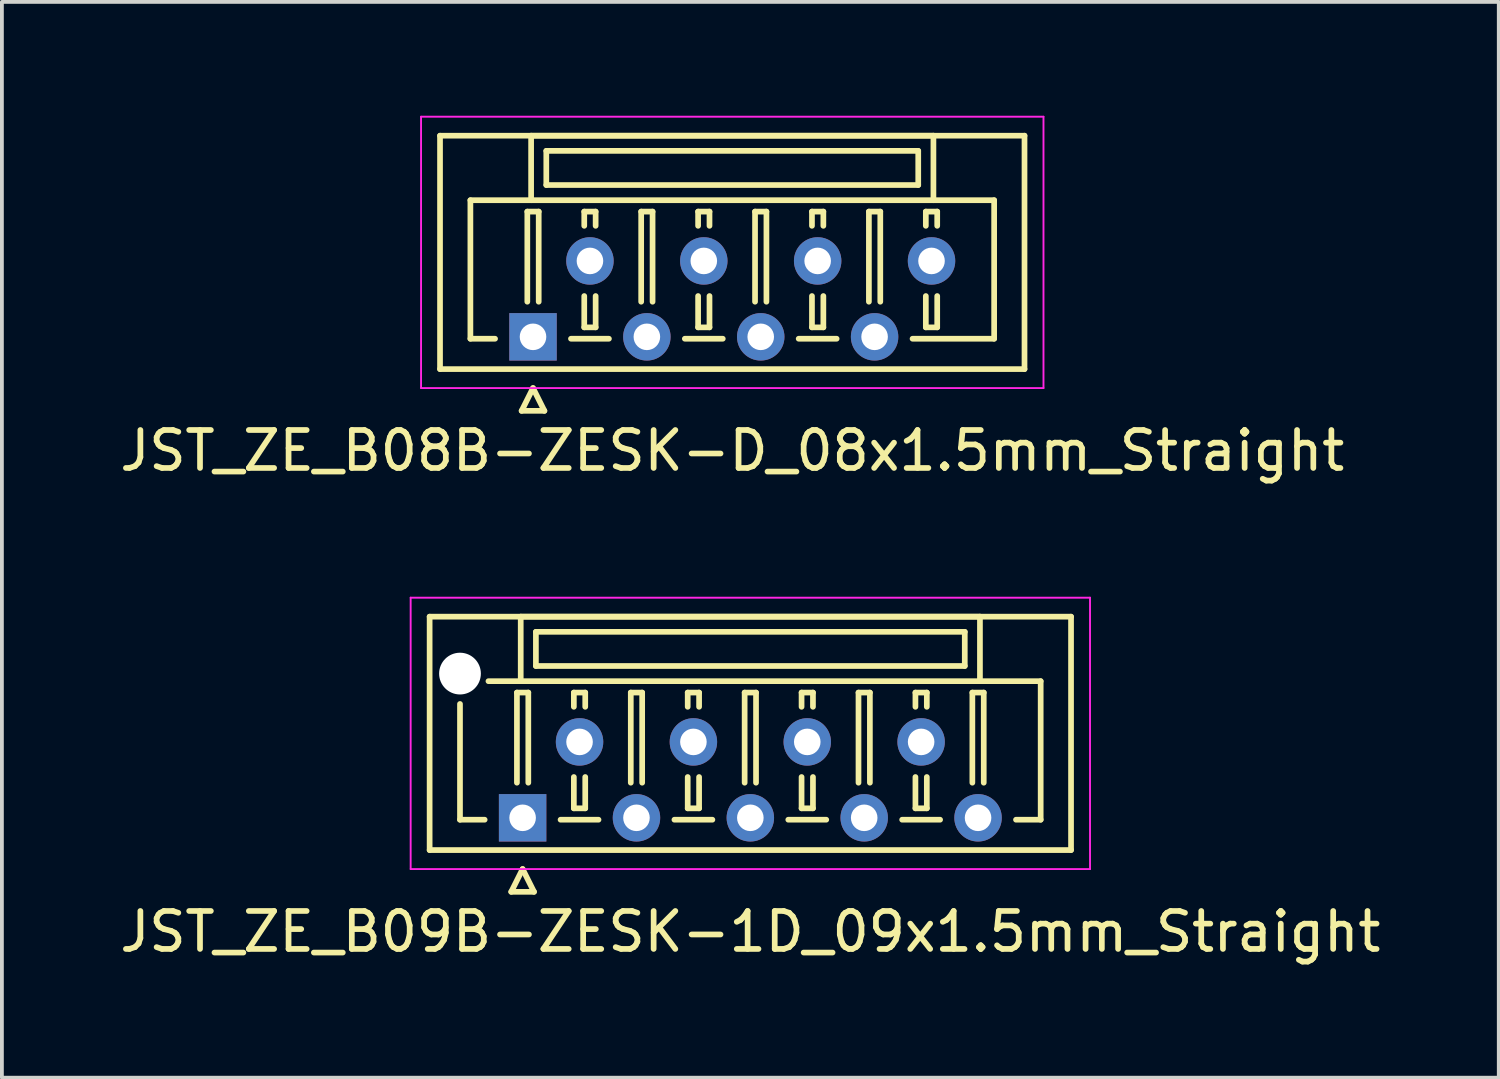
<source format=kicad_pcb>
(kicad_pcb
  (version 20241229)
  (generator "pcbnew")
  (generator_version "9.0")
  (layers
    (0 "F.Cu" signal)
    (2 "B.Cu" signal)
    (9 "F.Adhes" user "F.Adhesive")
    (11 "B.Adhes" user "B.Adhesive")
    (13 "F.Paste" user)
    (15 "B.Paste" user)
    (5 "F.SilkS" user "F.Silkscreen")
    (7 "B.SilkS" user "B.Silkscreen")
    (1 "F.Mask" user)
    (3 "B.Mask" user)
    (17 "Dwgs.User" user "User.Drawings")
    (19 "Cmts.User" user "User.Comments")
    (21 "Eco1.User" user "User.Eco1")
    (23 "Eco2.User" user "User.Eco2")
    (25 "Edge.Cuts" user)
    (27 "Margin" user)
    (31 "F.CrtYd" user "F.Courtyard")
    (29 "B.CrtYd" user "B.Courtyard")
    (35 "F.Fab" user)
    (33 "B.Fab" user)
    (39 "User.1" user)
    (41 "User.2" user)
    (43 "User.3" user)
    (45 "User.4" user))
  (footprint "JST_ZE_B09B-ZESK-1D_09x1.5mm_Straight"
    (layer "F.Cu")
    (at 10.72 18.498)
    (property "Reference" "JST_ZE_B09B-ZESK-1D_09x1.5mm_Straight" (at 6 3 0) (layer "F.SilkS") (effects (font (size 1 1) (thickness 0.15))))
    (attr through_hole)
    (fp_line (start -2.45 -5.3) (end -2.45 0.85) (stroke (width 0.15) (type solid)) (layer "F.SilkS"))
    (fp_line (start -2.45 0.85) (end 14.45 0.85) (stroke (width 0.15) (type solid)) (layer "F.SilkS"))
    (fp_line (start -1.65 -3) (end -1.65 0.05) (stroke (width 0.15) (type solid)) (layer "F.SilkS"))
    (fp_line (start -1.65 0.05) (end -1 0.05) (stroke (width 0.15) (type solid)) (layer "F.SilkS"))
    (fp_line (start -0.3 1.95) (end 0 1.35) (stroke (width 0.15) (type solid)) (layer "F.SilkS"))
    (fp_line (start -0.15 -3.3) (end 0.15 -3.3) (stroke (width 0.15) (type solid)) (layer "F.SilkS"))
    (fp_line (start -0.15 -0.925) (end -0.15 -3.3) (stroke (width 0.15) (type solid)) (layer "F.SilkS"))
    (fp_line (start -0.05 -5.3) (end -0.05 -3.6) (stroke (width 0.15) (type solid)) (layer "F.SilkS"))
    (fp_line (start -0.05 -3.6) (end -0.9 -3.6) (stroke (width 0.15) (type solid)) (layer "F.SilkS"))
    (fp_line (start -0.05 -3.6) (end 12.05 -3.6) (stroke (width 0.15) (type solid)) (layer "F.SilkS"))
    (fp_line (start 0 1.35) (end 0.3 1.95) (stroke (width 0.15) (type solid)) (layer "F.SilkS"))
    (fp_line (start 0.15 -3.3) (end 0.15 -0.925) (stroke (width 0.15) (type solid)) (layer "F.SilkS"))
    (fp_line (start 0.3 1.95) (end -0.3 1.95) (stroke (width 0.15) (type solid)) (layer "F.SilkS"))
    (fp_line (start 0.35 -4.9) (end 0.35 -4) (stroke (width 0.15) (type solid)) (layer "F.SilkS"))
    (fp_line (start 0.35 -4) (end 11.65 -4) (stroke (width 0.15) (type solid)) (layer "F.SilkS"))
    (fp_line (start 1 0.05) (end 2 0.05) (stroke (width 0.15) (type solid)) (layer "F.SilkS"))
    (fp_line (start 1.35 -3.3) (end 1.65 -3.3) (stroke (width 0.15) (type solid)) (layer "F.SilkS"))
    (fp_line (start 1.35 -2.925) (end 1.35 -3.3) (stroke (width 0.15) (type solid)) (layer "F.SilkS"))
    (fp_line (start 1.35 -1.075) (end 1.35 -0.25) (stroke (width 0.15) (type solid)) (layer "F.SilkS"))
    (fp_line (start 1.35 -0.25) (end 1.65 -0.25) (stroke (width 0.15) (type solid)) (layer "F.SilkS"))
    (fp_line (start 1.65 -3.3) (end 1.65 -2.925) (stroke (width 0.15) (type solid)) (layer "F.SilkS"))
    (fp_line (start 1.65 -0.25) (end 1.65 -1.075) (stroke (width 0.15) (type solid)) (layer "F.SilkS"))
    (fp_line (start 2.85 -3.3) (end 3.15 -3.3) (stroke (width 0.15) (type solid)) (layer "F.SilkS"))
    (fp_line (start 2.85 -0.925) (end 2.85 -3.3) (stroke (width 0.15) (type solid)) (layer "F.SilkS"))
    (fp_line (start 3.15 -3.3) (end 3.15 -0.925) (stroke (width 0.15) (type solid)) (layer "F.SilkS"))
    (fp_line (start 4 0.05) (end 5 0.05) (stroke (width 0.15) (type solid)) (layer "F.SilkS"))
    (fp_line (start 4.35 -3.3) (end 4.65 -3.3) (stroke (width 0.15) (type solid)) (layer "F.SilkS"))
    (fp_line (start 4.35 -2.925) (end 4.35 -3.3) (stroke (width 0.15) (type solid)) (layer "F.SilkS"))
    (fp_line (start 4.35 -1.075) (end 4.35 -0.25) (stroke (width 0.15) (type solid)) (layer "F.SilkS"))
    (fp_line (start 4.35 -0.25) (end 4.65 -0.25) (stroke (width 0.15) (type solid)) (layer "F.SilkS"))
    (fp_line (start 4.65 -3.3) (end 4.65 -2.925) (stroke (width 0.15) (type solid)) (layer "F.SilkS"))
    (fp_line (start 4.65 -0.25) (end 4.65 -1.075) (stroke (width 0.15) (type solid)) (layer "F.SilkS"))
    (fp_line (start 5.85 -3.3) (end 6.15 -3.3) (stroke (width 0.15) (type solid)) (layer "F.SilkS"))
    (fp_line (start 5.85 -0.925) (end 5.85 -3.3) (stroke (width 0.15) (type solid)) (layer "F.SilkS"))
    (fp_line (start 6.15 -3.3) (end 6.15 -0.925) (stroke (width 0.15) (type solid)) (layer "F.SilkS"))
    (fp_line (start 7 0.05) (end 8 0.05) (stroke (width 0.15) (type solid)) (layer "F.SilkS"))
    (fp_line (start 7.35 -3.3) (end 7.65 -3.3) (stroke (width 0.15) (type solid)) (layer "F.SilkS"))
    (fp_line (start 7.35 -2.925) (end 7.35 -3.3) (stroke (width 0.15) (type solid)) (layer "F.SilkS"))
    (fp_line (start 7.35 -1.075) (end 7.35 -0.25) (stroke (width 0.15) (type solid)) (layer "F.SilkS"))
    (fp_line (start 7.35 -0.25) (end 7.65 -0.25) (stroke (width 0.15) (type solid)) (layer "F.SilkS"))
    (fp_line (start 7.65 -3.3) (end 7.65 -2.925) (stroke (width 0.15) (type solid)) (layer "F.SilkS"))
    (fp_line (start 7.65 -0.25) (end 7.65 -1.075) (stroke (width 0.15) (type solid)) (layer "F.SilkS"))
    (fp_line (start 8.85 -3.3) (end 9.15 -3.3) (stroke (width 0.15) (type solid)) (layer "F.SilkS"))
    (fp_line (start 8.85 -0.925) (end 8.85 -3.3) (stroke (width 0.15) (type solid)) (layer "F.SilkS"))
    (fp_line (start 9.15 -3.3) (end 9.15 -0.925) (stroke (width 0.15) (type solid)) (layer "F.SilkS"))
    (fp_line (start 10 0.05) (end 11 0.05) (stroke (width 0.15) (type solid)) (layer "F.SilkS"))
    (fp_line (start 10.35 -3.3) (end 10.65 -3.3) (stroke (width 0.15) (type solid)) (layer "F.SilkS"))
    (fp_line (start 10.35 -2.925) (end 10.35 -3.3) (stroke (width 0.15) (type solid)) (layer "F.SilkS"))
    (fp_line (start 10.35 -1.075) (end 10.35 -0.25) (stroke (width 0.15) (type solid)) (layer "F.SilkS"))
    (fp_line (start 10.35 -0.25) (end 10.65 -0.25) (stroke (width 0.15) (type solid)) (layer "F.SilkS"))
    (fp_line (start 10.65 -3.3) (end 10.65 -2.925) (stroke (width 0.15) (type solid)) (layer "F.SilkS"))
    (fp_line (start 10.65 -0.25) (end 10.65 -1.075) (stroke (width 0.15) (type solid)) (layer "F.SilkS"))
    (fp_line (start 11.65 -4.9) (end 0.35 -4.9) (stroke (width 0.15) (type solid)) (layer "F.SilkS"))
    (fp_line (start 11.65 -4) (end 11.65 -4.9) (stroke (width 0.15) (type solid)) (layer "F.SilkS"))
    (fp_line (start 11.85 -3.3) (end 12.15 -3.3) (stroke (width 0.15) (type solid)) (layer "F.SilkS"))
    (fp_line (start 11.85 -0.925) (end 11.85 -3.3) (stroke (width 0.15) (type solid)) (layer "F.SilkS"))
    (fp_line (start 12.05 -5.3) (end -0.05 -5.3) (stroke (width 0.15) (type solid)) (layer "F.SilkS"))
    (fp_line (start 12.05 -3.6) (end 12.05 -5.3) (stroke (width 0.15) (type solid)) (layer "F.SilkS"))
    (fp_line (start 12.05 -3.6) (end 13.65 -3.6) (stroke (width 0.15) (type solid)) (layer "F.SilkS"))
    (fp_line (start 12.15 -3.3) (end 12.15 -0.925) (stroke (width 0.15) (type solid)) (layer "F.SilkS"))
    (fp_line (start 13.65 -3.6) (end 13.65 0.05) (stroke (width 0.15) (type solid)) (layer "F.SilkS"))
    (fp_line (start 13.65 0.05) (end 13 0.05) (stroke (width 0.15) (type solid)) (layer "F.SilkS"))
    (fp_line (start 14.45 -5.3) (end -2.45 -5.3) (stroke (width 0.15) (type solid)) (layer "F.SilkS"))
    (fp_line (start 14.45 0.85) (end 14.45 -5.3) (stroke (width 0.15) (type solid)) (layer "F.SilkS"))
    (fp_line (start -2.95 -5.8) (end -2.95 1.35) (stroke (width 0.05) (type solid)) (layer "F.CrtYd"))
    (fp_line (start -2.95 1.35) (end 14.95 1.35) (stroke (width 0.05) (type solid)) (layer "F.CrtYd"))
    (fp_line (start 14.95 -5.8) (end -2.95 -5.8) (stroke (width 0.05) (type solid)) (layer "F.CrtYd"))
    (fp_line (start 14.95 1.35) (end 14.95 -5.8) (stroke (width 0.05) (type solid)) (layer "F.CrtYd"))
    (pad "" np_thru_hole circle (at -1.65 -3.8) (size 1.1 1.1) (drill 1.1) (layers "*.Cu"))
    (pad "1" thru_hole rect (at 0 0) (size 1.25 1.25) (drill 0.7) (layers "*.Cu" "*.Mask"))
    (pad "2" thru_hole circle (at 1.5 -2) (size 1.25 1.25) (drill 0.7) (layers "*.Cu" "*.Mask"))
    (pad "3" thru_hole circle (at 3 0) (size 1.25 1.25) (drill 0.7) (layers "*.Cu" "*.Mask"))
    (pad "4" thru_hole circle (at 4.5 -2) (size 1.25 1.25) (drill 0.7) (layers "*.Cu" "*.Mask"))
    (pad "5" thru_hole circle (at 6 0) (size 1.25 1.25) (drill 0.7) (layers "*.Cu" "*.Mask"))
    (pad "6" thru_hole circle (at 7.5 -2) (size 1.25 1.25) (drill 0.7) (layers "*.Cu" "*.Mask"))
    (pad "7" thru_hole circle (at 9 0) (size 1.25 1.25) (drill 0.7) (layers "*.Cu" "*.Mask"))
    (pad "8" thru_hole circle (at 10.5 -2) (size 1.25 1.25) (drill 0.7) (layers "*.Cu" "*.Mask"))
    (pad "9" thru_hole circle (at 12 0) (size 1.25 1.25) (drill 0.7) (layers "*.Cu" "*.Mask")))
  (footprint "JST_ZE_B08B-ZESK-D_08x1.5mm_Straight"
    (layer "F.Cu")
    (at 10.994 5.825)
    (property "Reference" "JST_ZE_B08B-ZESK-D_08x1.5mm_Straight" (at 5.25 3 0) (layer "F.SilkS") (effects (font (size 1 1) (thickness 0.15))))
    (attr through_hole)
    (fp_line (start -2.45 -5.3) (end -2.45 0.85) (stroke (width 0.15) (type solid)) (layer "F.SilkS"))
    (fp_line (start -2.45 0.85) (end 12.95 0.85) (stroke (width 0.15) (type solid)) (layer "F.SilkS"))
    (fp_line (start -1.65 -3.6) (end -1.65 0.05) (stroke (width 0.15) (type solid)) (layer "F.SilkS"))
    (fp_line (start -1.65 0.05) (end -1 0.05) (stroke (width 0.15) (type solid)) (layer "F.SilkS"))
    (fp_line (start -0.3 1.95) (end 0 1.35) (stroke (width 0.15) (type solid)) (layer "F.SilkS"))
    (fp_line (start -0.15 -3.3) (end 0.15 -3.3) (stroke (width 0.15) (type solid)) (layer "F.SilkS"))
    (fp_line (start -0.15 -0.925) (end -0.15 -3.3) (stroke (width 0.15) (type solid)) (layer "F.SilkS"))
    (fp_line (start -0.05 -5.3) (end -0.05 -3.6) (stroke (width 0.15) (type solid)) (layer "F.SilkS"))
    (fp_line (start -0.05 -3.6) (end -1.65 -3.6) (stroke (width 0.15) (type solid)) (layer "F.SilkS"))
    (fp_line (start -0.05 -3.6) (end 10.55 -3.6) (stroke (width 0.15) (type solid)) (layer "F.SilkS"))
    (fp_line (start 0 1.35) (end 0.3 1.95) (stroke (width 0.15) (type solid)) (layer "F.SilkS"))
    (fp_line (start 0.15 -3.3) (end 0.15 -0.925) (stroke (width 0.15) (type solid)) (layer "F.SilkS"))
    (fp_line (start 0.3 1.95) (end -0.3 1.95) (stroke (width 0.15) (type solid)) (layer "F.SilkS"))
    (fp_line (start 0.35 -4.9) (end 0.35 -4) (stroke (width 0.15) (type solid)) (layer "F.SilkS"))
    (fp_line (start 0.35 -4) (end 10.15 -4) (stroke (width 0.15) (type solid)) (layer "F.SilkS"))
    (fp_line (start 1 0.05) (end 2 0.05) (stroke (width 0.15) (type solid)) (layer "F.SilkS"))
    (fp_line (start 1.35 -3.3) (end 1.65 -3.3) (stroke (width 0.15) (type solid)) (layer "F.SilkS"))
    (fp_line (start 1.35 -2.925) (end 1.35 -3.3) (stroke (width 0.15) (type solid)) (layer "F.SilkS"))
    (fp_line (start 1.35 -1.075) (end 1.35 -0.25) (stroke (width 0.15) (type solid)) (layer "F.SilkS"))
    (fp_line (start 1.35 -0.25) (end 1.65 -0.25) (stroke (width 0.15) (type solid)) (layer "F.SilkS"))
    (fp_line (start 1.65 -3.3) (end 1.65 -2.925) (stroke (width 0.15) (type solid)) (layer "F.SilkS"))
    (fp_line (start 1.65 -0.25) (end 1.65 -1.075) (stroke (width 0.15) (type solid)) (layer "F.SilkS"))
    (fp_line (start 2.85 -3.3) (end 3.15 -3.3) (stroke (width 0.15) (type solid)) (layer "F.SilkS"))
    (fp_line (start 2.85 -0.925) (end 2.85 -3.3) (stroke (width 0.15) (type solid)) (layer "F.SilkS"))
    (fp_line (start 3.15 -3.3) (end 3.15 -0.925) (stroke (width 0.15) (type solid)) (layer "F.SilkS"))
    (fp_line (start 4 0.05) (end 5 0.05) (stroke (width 0.15) (type solid)) (layer "F.SilkS"))
    (fp_line (start 4.35 -3.3) (end 4.65 -3.3) (stroke (width 0.15) (type solid)) (layer "F.SilkS"))
    (fp_line (start 4.35 -2.925) (end 4.35 -3.3) (stroke (width 0.15) (type solid)) (layer "F.SilkS"))
    (fp_line (start 4.35 -1.075) (end 4.35 -0.25) (stroke (width 0.15) (type solid)) (layer "F.SilkS"))
    (fp_line (start 4.35 -0.25) (end 4.65 -0.25) (stroke (width 0.15) (type solid)) (layer "F.SilkS"))
    (fp_line (start 4.65 -3.3) (end 4.65 -2.925) (stroke (width 0.15) (type solid)) (layer "F.SilkS"))
    (fp_line (start 4.65 -0.25) (end 4.65 -1.075) (stroke (width 0.15) (type solid)) (layer "F.SilkS"))
    (fp_line (start 5.85 -3.3) (end 6.15 -3.3) (stroke (width 0.15) (type solid)) (layer "F.SilkS"))
    (fp_line (start 5.85 -0.925) (end 5.85 -3.3) (stroke (width 0.15) (type solid)) (layer "F.SilkS"))
    (fp_line (start 6.15 -3.3) (end 6.15 -0.925) (stroke (width 0.15) (type solid)) (layer "F.SilkS"))
    (fp_line (start 7 0.05) (end 8 0.05) (stroke (width 0.15) (type solid)) (layer "F.SilkS"))
    (fp_line (start 7.35 -3.3) (end 7.65 -3.3) (stroke (width 0.15) (type solid)) (layer "F.SilkS"))
    (fp_line (start 7.35 -2.925) (end 7.35 -3.3) (stroke (width 0.15) (type solid)) (layer "F.SilkS"))
    (fp_line (start 7.35 -1.075) (end 7.35 -0.25) (stroke (width 0.15) (type solid)) (layer "F.SilkS"))
    (fp_line (start 7.35 -0.25) (end 7.65 -0.25) (stroke (width 0.15) (type solid)) (layer "F.SilkS"))
    (fp_line (start 7.65 -3.3) (end 7.65 -2.925) (stroke (width 0.15) (type solid)) (layer "F.SilkS"))
    (fp_line (start 7.65 -0.25) (end 7.65 -1.075) (stroke (width 0.15) (type solid)) (layer "F.SilkS"))
    (fp_line (start 8.85 -3.3) (end 9.15 -3.3) (stroke (width 0.15) (type solid)) (layer "F.SilkS"))
    (fp_line (start 8.85 -0.925) (end 8.85 -3.3) (stroke (width 0.15) (type solid)) (layer "F.SilkS"))
    (fp_line (start 9.15 -3.3) (end 9.15 -0.925) (stroke (width 0.15) (type solid)) (layer "F.SilkS"))
    (fp_line (start 10.15 -4.9) (end 0.35 -4.9) (stroke (width 0.15) (type solid)) (layer "F.SilkS"))
    (fp_line (start 10.15 -4) (end 10.15 -4.9) (stroke (width 0.15) (type solid)) (layer "F.SilkS"))
    (fp_line (start 10.35 -3.3) (end 10.65 -3.3) (stroke (width 0.15) (type solid)) (layer "F.SilkS"))
    (fp_line (start 10.35 -2.925) (end 10.35 -3.3) (stroke (width 0.15) (type solid)) (layer "F.SilkS"))
    (fp_line (start 10.35 -1.075) (end 10.35 -0.25) (stroke (width 0.15) (type solid)) (layer "F.SilkS"))
    (fp_line (start 10.35 -0.25) (end 10.65 -0.25) (stroke (width 0.15) (type solid)) (layer "F.SilkS"))
    (fp_line (start 10.55 -5.3) (end -0.05 -5.3) (stroke (width 0.15) (type solid)) (layer "F.SilkS"))
    (fp_line (start 10.55 -3.6) (end 10.55 -5.3) (stroke (width 0.15) (type solid)) (layer "F.SilkS"))
    (fp_line (start 10.55 -3.6) (end 12.15 -3.6) (stroke (width 0.15) (type solid)) (layer "F.SilkS"))
    (fp_line (start 10.65 -3.3) (end 10.65 -2.925) (stroke (width 0.15) (type solid)) (layer "F.SilkS"))
    (fp_line (start 10.65 -0.25) (end 10.65 -1.075) (stroke (width 0.15) (type solid)) (layer "F.SilkS"))
    (fp_line (start 12.15 -3.6) (end 12.15 0.05) (stroke (width 0.15) (type solid)) (layer "F.SilkS"))
    (fp_line (start 12.15 0.05) (end 10 0.05) (stroke (width 0.15) (type solid)) (layer "F.SilkS"))
    (fp_line (start 12.95 -5.3) (end -2.45 -5.3) (stroke (width 0.15) (type solid)) (layer "F.SilkS"))
    (fp_line (start 12.95 0.85) (end 12.95 -5.3) (stroke (width 0.15) (type solid)) (layer "F.SilkS"))
    (fp_line (start -2.95 -5.8) (end -2.95 1.35) (stroke (width 0.05) (type solid)) (layer "F.CrtYd"))
    (fp_line (start -2.95 1.35) (end 13.45 1.35) (stroke (width 0.05) (type solid)) (layer "F.CrtYd"))
    (fp_line (start 13.45 -5.8) (end -2.95 -5.8) (stroke (width 0.05) (type solid)) (layer "F.CrtYd"))
    (fp_line (start 13.45 1.35) (end 13.45 -5.8) (stroke (width 0.05) (type solid)) (layer "F.CrtYd"))
    (pad "1" thru_hole rect (at 0 0) (size 1.25 1.25) (drill 0.7) (layers "*.Cu" "*.Mask"))
    (pad "2" thru_hole circle (at 1.5 -2) (size 1.25 1.25) (drill 0.7) (layers "*.Cu" "*.Mask"))
    (pad "3" thru_hole circle (at 3 0) (size 1.25 1.25) (drill 0.7) (layers "*.Cu" "*.Mask"))
    (pad "4" thru_hole circle (at 4.5 -2) (size 1.25 1.25) (drill 0.7) (layers "*.Cu" "*.Mask"))
    (pad "5" thru_hole circle (at 6 0) (size 1.25 1.25) (drill 0.7) (layers "*.Cu" "*.Mask"))
    (pad "6" thru_hole circle (at 7.5 -2) (size 1.25 1.25) (drill 0.7) (layers "*.Cu" "*.Mask"))
    (pad "7" thru_hole circle (at 9 0) (size 1.25 1.25) (drill 0.7) (layers "*.Cu" "*.Mask"))
    (pad "8" thru_hole circle (at 10.5 -2) (size 1.25 1.25) (drill 0.7) (layers "*.Cu" "*.Mask")))
  (gr_rect
    (start -3 -3)
    (end 36.44 25.346)
    (stroke (width 0.1) (type default))
    (fill no)
    (layer "Edge.Cuts")))
</source>
